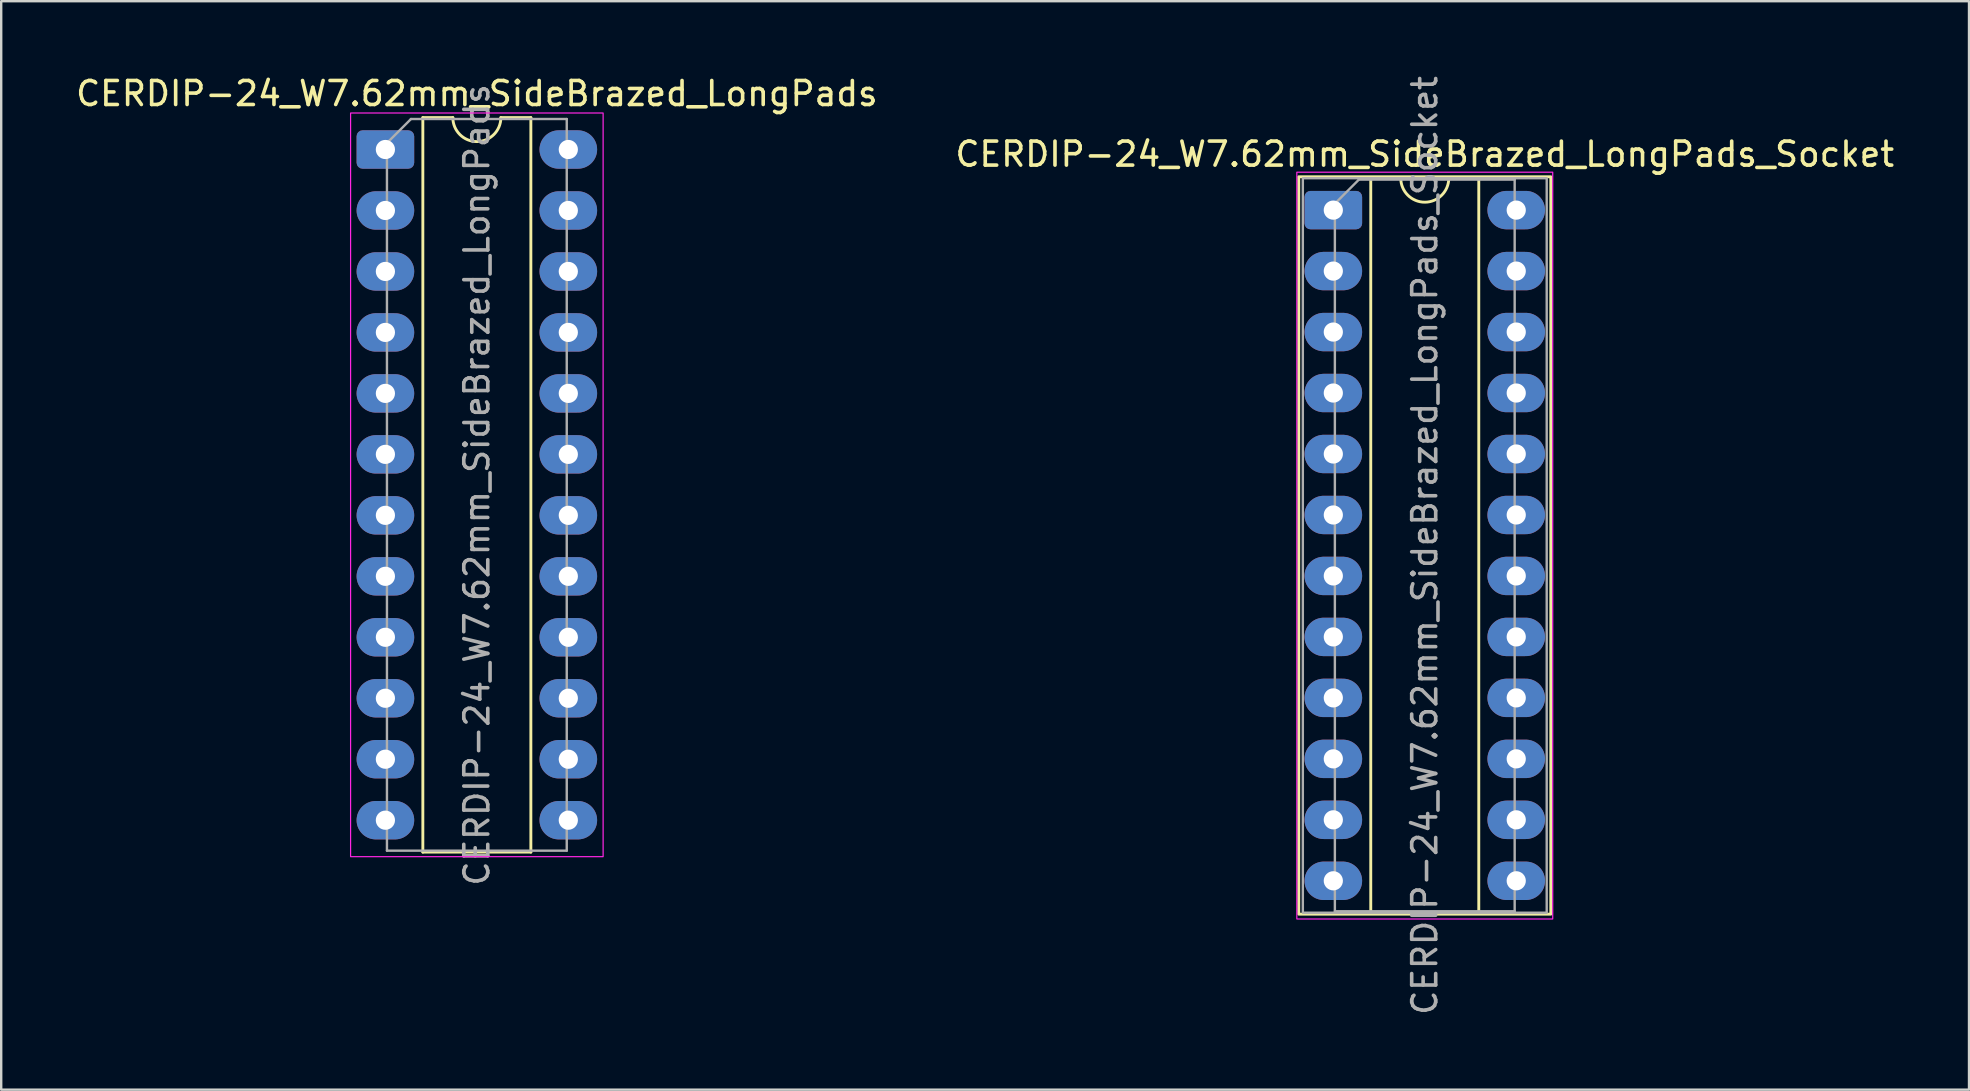
<source format=kicad_pcb>
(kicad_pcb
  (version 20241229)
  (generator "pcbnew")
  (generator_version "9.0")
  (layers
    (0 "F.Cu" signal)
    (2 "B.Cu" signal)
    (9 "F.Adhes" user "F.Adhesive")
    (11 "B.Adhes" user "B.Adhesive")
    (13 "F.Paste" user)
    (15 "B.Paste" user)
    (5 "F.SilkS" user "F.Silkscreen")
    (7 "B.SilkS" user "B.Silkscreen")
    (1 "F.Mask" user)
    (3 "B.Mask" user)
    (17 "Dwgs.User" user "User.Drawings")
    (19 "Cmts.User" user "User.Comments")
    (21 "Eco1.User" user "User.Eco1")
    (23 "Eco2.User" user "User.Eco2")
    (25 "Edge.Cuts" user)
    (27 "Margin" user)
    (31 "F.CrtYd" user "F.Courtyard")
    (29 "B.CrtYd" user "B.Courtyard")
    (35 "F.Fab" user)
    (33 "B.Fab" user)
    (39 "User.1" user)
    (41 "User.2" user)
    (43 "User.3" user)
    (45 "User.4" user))
  (footprint "CERDIP-24_W7.62mm_SideBrazed_LongPads_Socket"
    (layer "F.Cu")
    (at 52.494 5.703)
    (property "Reference" "CERDIP-24_W7.62mm_SideBrazed_LongPads_Socket" (at 3.81 -2.33 0) (layer "F.SilkS") (effects (font (size 1 1) (thickness 0.15))))
    (attr through_hole)
    (fp_line (start 1.56 -1.33) (end 1.56 29.27) (stroke (width 0.12) (type solid)) (layer "F.SilkS"))
    (fp_line (start 1.56 29.27) (end 6.06 29.27) (stroke (width 0.12) (type solid)) (layer "F.SilkS"))
    (fp_line (start 2.81 -1.33) (end 1.56 -1.33) (stroke (width 0.12) (type solid)) (layer "F.SilkS"))
    (fp_line (start 6.06 -1.33) (end 4.81 -1.33) (stroke (width 0.12) (type solid)) (layer "F.SilkS"))
    (fp_line (start 6.06 29.27) (end 6.06 -1.33) (stroke (width 0.12) (type solid)) (layer "F.SilkS"))
    (fp_rect (start -1.44 -1.39) (end 9.06 29.33) (stroke (width 0.12) (type solid)) (fill no) (layer "F.SilkS"))
    (fp_arc (start 4.81 -1.33) (mid 3.81 -0.33) (end 2.81 -1.33) (stroke (width 0.12) (type solid)) (layer "F.SilkS"))
    (fp_rect (start -1.52 -1.58) (end 9.14 29.53) (stroke (width 0.05) (type solid)) (fill no) (layer "F.CrtYd"))
    (fp_line (start 0.065 -0.27) (end 1.065 -1.27) (stroke (width 0.1) (type solid)) (layer "F.Fab"))
    (fp_line (start 0.065 29.21) (end 0.065 -0.27) (stroke (width 0.1) (type solid)) (layer "F.Fab"))
    (fp_line (start 1.065 -1.27) (end 7.555 -1.27) (stroke (width 0.1) (type solid)) (layer "F.Fab"))
    (fp_line (start 7.555 -1.27) (end 7.555 29.21) (stroke (width 0.1) (type solid)) (layer "F.Fab"))
    (fp_line (start 7.555 29.21) (end 0.065 29.21) (stroke (width 0.1) (type solid)) (layer "F.Fab"))
    (fp_rect (start -1.27 -1.33) (end 8.89 29.27) (stroke (width 0.1) (type solid)) (fill no) (layer "F.Fab"))
    (fp_text user "${REFERENCE}" (at 3.81 13.97 90) (layer "F.Fab") (effects (font (size 1 1) (thickness 0.15))))
    (pad "1" thru_hole roundrect (at 0 0) (size 2.4 1.6) (drill 0.8) (layers "*.Cu" "*.Mask") (roundrect_rratio 0.156))
    (pad "2" thru_hole oval (at 0 2.54) (size 2.4 1.6) (drill 0.8) (layers "*.Cu" "*.Mask"))
    (pad "3" thru_hole oval (at 0 5.08) (size 2.4 1.6) (drill 0.8) (layers "*.Cu" "*.Mask"))
    (pad "4" thru_hole oval (at 0 7.62) (size 2.4 1.6) (drill 0.8) (layers "*.Cu" "*.Mask"))
    (pad "5" thru_hole oval (at 0 10.16) (size 2.4 1.6) (drill 0.8) (layers "*.Cu" "*.Mask"))
    (pad "6" thru_hole oval (at 0 12.7) (size 2.4 1.6) (drill 0.8) (layers "*.Cu" "*.Mask"))
    (pad "7" thru_hole oval (at 0 15.24) (size 2.4 1.6) (drill 0.8) (layers "*.Cu" "*.Mask"))
    (pad "8" thru_hole oval (at 0 17.78) (size 2.4 1.6) (drill 0.8) (layers "*.Cu" "*.Mask"))
    (pad "9" thru_hole oval (at 0 20.32) (size 2.4 1.6) (drill 0.8) (layers "*.Cu" "*.Mask"))
    (pad "10" thru_hole oval (at 0 22.86) (size 2.4 1.6) (drill 0.8) (layers "*.Cu" "*.Mask"))
    (pad "11" thru_hole oval (at 0 25.4) (size 2.4 1.6) (drill 0.8) (layers "*.Cu" "*.Mask"))
    (pad "12" thru_hole oval (at 0 27.94) (size 2.4 1.6) (drill 0.8) (layers "*.Cu" "*.Mask"))
    (pad "13" thru_hole oval (at 7.62 27.94) (size 2.4 1.6) (drill 0.8) (layers "*.Cu" "*.Mask"))
    (pad "14" thru_hole oval (at 7.62 25.4) (size 2.4 1.6) (drill 0.8) (layers "*.Cu" "*.Mask"))
    (pad "15" thru_hole oval (at 7.62 22.86) (size 2.4 1.6) (drill 0.8) (layers "*.Cu" "*.Mask"))
    (pad "16" thru_hole oval (at 7.62 20.32) (size 2.4 1.6) (drill 0.8) (layers "*.Cu" "*.Mask"))
    (pad "17" thru_hole oval (at 7.62 17.78) (size 2.4 1.6) (drill 0.8) (layers "*.Cu" "*.Mask"))
    (pad "18" thru_hole oval (at 7.62 15.24) (size 2.4 1.6) (drill 0.8) (layers "*.Cu" "*.Mask"))
    (pad "19" thru_hole oval (at 7.62 12.7) (size 2.4 1.6) (drill 0.8) (layers "*.Cu" "*.Mask"))
    (pad "20" thru_hole oval (at 7.62 10.16) (size 2.4 1.6) (drill 0.8) (layers "*.Cu" "*.Mask"))
    (pad "21" thru_hole oval (at 7.62 7.62) (size 2.4 1.6) (drill 0.8) (layers "*.Cu" "*.Mask"))
    (pad "22" thru_hole oval (at 7.62 5.08) (size 2.4 1.6) (drill 0.8) (layers "*.Cu" "*.Mask"))
    (pad "23" thru_hole oval (at 7.62 2.54) (size 2.4 1.6) (drill 0.8) (layers "*.Cu" "*.Mask"))
    (pad "24" thru_hole oval (at 7.62 0) (size 2.4 1.6) (drill 0.8) (layers "*.Cu" "*.Mask")))
  (footprint "CERDIP-24_W7.62mm_SideBrazed_LongPads"
    (layer "F.Cu")
    (at 13.005 3.178)
    (property "Reference" "CERDIP-24_W7.62mm_SideBrazed_LongPads" (at 3.81 -2.33 0) (layer "F.SilkS") (effects (font (size 1 1) (thickness 0.15))))
    (attr through_hole)
    (fp_line (start 1.56 -1.33) (end 1.56 29.27) (stroke (width 0.12) (type solid)) (layer "F.SilkS"))
    (fp_line (start 1.56 29.27) (end 6.06 29.27) (stroke (width 0.12) (type solid)) (layer "F.SilkS"))
    (fp_line (start 2.81 -1.33) (end 1.56 -1.33) (stroke (width 0.12) (type solid)) (layer "F.SilkS"))
    (fp_line (start 6.06 -1.33) (end 4.81 -1.33) (stroke (width 0.12) (type solid)) (layer "F.SilkS"))
    (fp_line (start 6.06 29.27) (end 6.06 -1.33) (stroke (width 0.12) (type solid)) (layer "F.SilkS"))
    (fp_arc (start 4.81 -1.33) (mid 3.81 -0.33) (end 2.81 -1.33) (stroke (width 0.12) (type solid)) (layer "F.SilkS"))
    (fp_rect (start -1.45 -1.52) (end 9.07 29.46) (stroke (width 0.05) (type solid)) (fill no) (layer "F.CrtYd"))
    (fp_line (start 0.065 -0.27) (end 1.065 -1.27) (stroke (width 0.1) (type solid)) (layer "F.Fab"))
    (fp_line (start 0.065 29.21) (end 0.065 -0.27) (stroke (width 0.1) (type solid)) (layer "F.Fab"))
    (fp_line (start 1.065 -1.27) (end 7.555 -1.27) (stroke (width 0.1) (type solid)) (layer "F.Fab"))
    (fp_line (start 7.555 -1.27) (end 7.555 29.21) (stroke (width 0.1) (type solid)) (layer "F.Fab"))
    (fp_line (start 7.555 29.21) (end 0.065 29.21) (stroke (width 0.1) (type solid)) (layer "F.Fab"))
    (fp_text user "${REFERENCE}" (at 3.81 13.97 90) (layer "F.Fab") (effects (font (size 1 1) (thickness 0.15))))
    (pad "1" thru_hole roundrect (at 0 0) (size 2.4 1.6) (drill 0.8) (layers "*.Cu" "*.Mask") (roundrect_rratio 0.156))
    (pad "2" thru_hole oval (at 0 2.54) (size 2.4 1.6) (drill 0.8) (layers "*.Cu" "*.Mask"))
    (pad "3" thru_hole oval (at 0 5.08) (size 2.4 1.6) (drill 0.8) (layers "*.Cu" "*.Mask"))
    (pad "4" thru_hole oval (at 0 7.62) (size 2.4 1.6) (drill 0.8) (layers "*.Cu" "*.Mask"))
    (pad "5" thru_hole oval (at 0 10.16) (size 2.4 1.6) (drill 0.8) (layers "*.Cu" "*.Mask"))
    (pad "6" thru_hole oval (at 0 12.7) (size 2.4 1.6) (drill 0.8) (layers "*.Cu" "*.Mask"))
    (pad "7" thru_hole oval (at 0 15.24) (size 2.4 1.6) (drill 0.8) (layers "*.Cu" "*.Mask"))
    (pad "8" thru_hole oval (at 0 17.78) (size 2.4 1.6) (drill 0.8) (layers "*.Cu" "*.Mask"))
    (pad "9" thru_hole oval (at 0 20.32) (size 2.4 1.6) (drill 0.8) (layers "*.Cu" "*.Mask"))
    (pad "10" thru_hole oval (at 0 22.86) (size 2.4 1.6) (drill 0.8) (layers "*.Cu" "*.Mask"))
    (pad "11" thru_hole oval (at 0 25.4) (size 2.4 1.6) (drill 0.8) (layers "*.Cu" "*.Mask"))
    (pad "12" thru_hole oval (at 0 27.94) (size 2.4 1.6) (drill 0.8) (layers "*.Cu" "*.Mask"))
    (pad "13" thru_hole oval (at 7.62 27.94) (size 2.4 1.6) (drill 0.8) (layers "*.Cu" "*.Mask"))
    (pad "14" thru_hole oval (at 7.62 25.4) (size 2.4 1.6) (drill 0.8) (layers "*.Cu" "*.Mask"))
    (pad "15" thru_hole oval (at 7.62 22.86) (size 2.4 1.6) (drill 0.8) (layers "*.Cu" "*.Mask"))
    (pad "16" thru_hole oval (at 7.62 20.32) (size 2.4 1.6) (drill 0.8) (layers "*.Cu" "*.Mask"))
    (pad "17" thru_hole oval (at 7.62 17.78) (size 2.4 1.6) (drill 0.8) (layers "*.Cu" "*.Mask"))
    (pad "18" thru_hole oval (at 7.62 15.24) (size 2.4 1.6) (drill 0.8) (layers "*.Cu" "*.Mask"))
    (pad "19" thru_hole oval (at 7.62 12.7) (size 2.4 1.6) (drill 0.8) (layers "*.Cu" "*.Mask"))
    (pad "20" thru_hole oval (at 7.62 10.16) (size 2.4 1.6) (drill 0.8) (layers "*.Cu" "*.Mask"))
    (pad "21" thru_hole oval (at 7.62 7.62) (size 2.4 1.6) (drill 0.8) (layers "*.Cu" "*.Mask"))
    (pad "22" thru_hole oval (at 7.62 5.08) (size 2.4 1.6) (drill 0.8) (layers "*.Cu" "*.Mask"))
    (pad "23" thru_hole oval (at 7.62 2.54) (size 2.4 1.6) (drill 0.8) (layers "*.Cu" "*.Mask"))
    (pad "24" thru_hole oval (at 7.62 0) (size 2.4 1.6) (drill 0.8) (layers "*.Cu" "*.Mask")))
  (gr_rect
    (start -3 -3)
    (end 78.976 42.345)
    (stroke (width 0.1) (type default))
    (fill no)
    (layer "Edge.Cuts")))
</source>
